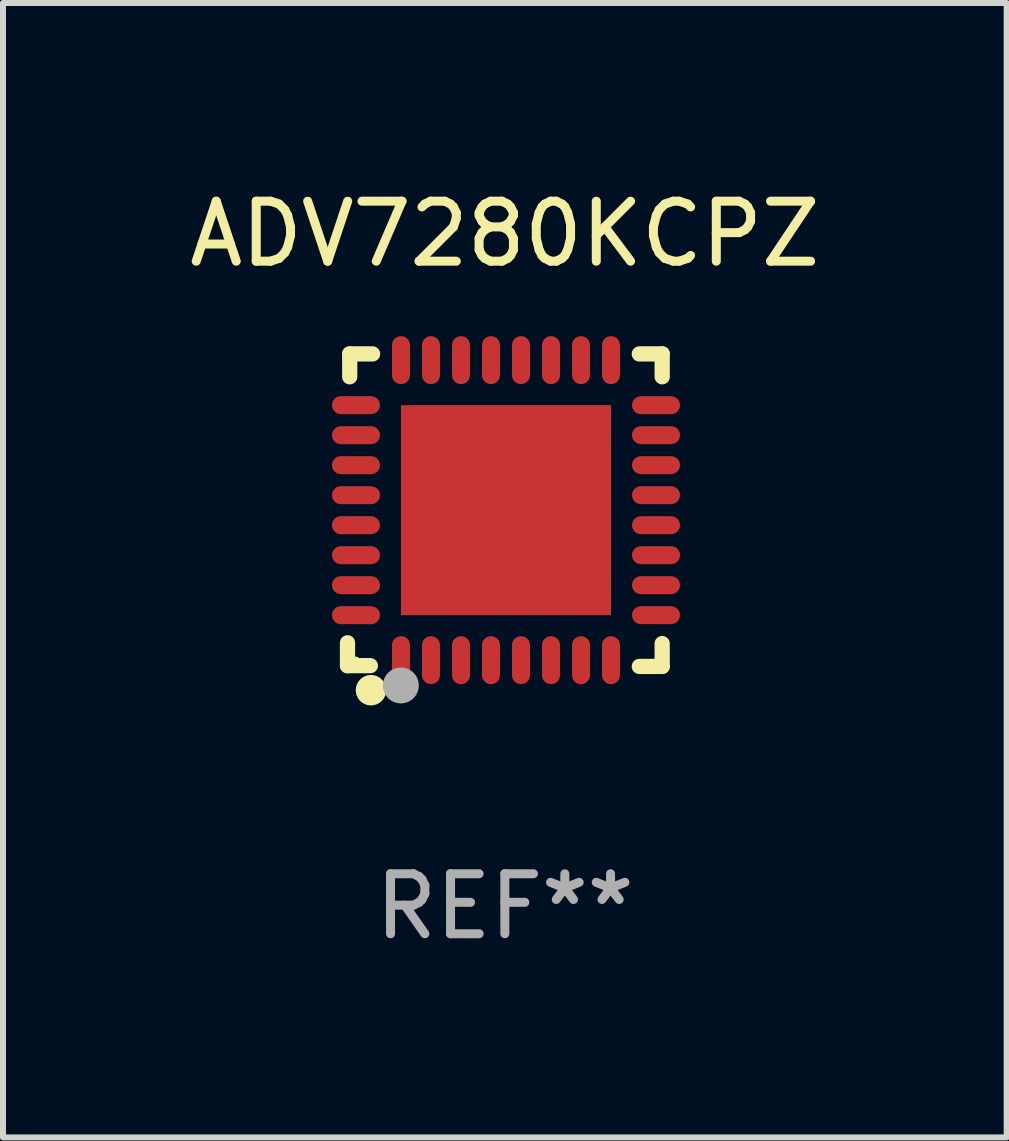
<source format=kicad_pcb>
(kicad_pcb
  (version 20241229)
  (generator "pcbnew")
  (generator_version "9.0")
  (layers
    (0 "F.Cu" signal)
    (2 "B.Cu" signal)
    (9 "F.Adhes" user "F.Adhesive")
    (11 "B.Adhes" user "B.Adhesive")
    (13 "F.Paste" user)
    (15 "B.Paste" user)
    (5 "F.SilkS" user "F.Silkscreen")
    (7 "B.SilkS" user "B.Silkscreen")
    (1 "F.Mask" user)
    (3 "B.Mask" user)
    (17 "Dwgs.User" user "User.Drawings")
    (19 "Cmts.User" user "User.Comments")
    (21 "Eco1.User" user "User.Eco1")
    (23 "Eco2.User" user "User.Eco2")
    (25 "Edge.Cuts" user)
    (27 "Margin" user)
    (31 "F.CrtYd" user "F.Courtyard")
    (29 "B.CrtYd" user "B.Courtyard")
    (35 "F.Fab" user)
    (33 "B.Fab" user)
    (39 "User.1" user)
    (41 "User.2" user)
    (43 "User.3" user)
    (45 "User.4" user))
  (footprint "ADV7280KCPZ"
    (layer "F.Cu")
    (at 5.363 5.452)
    (property "Reference" "ADV7280KCPZ" (at 0 -4.604 0) (layer "F.SilkS") (effects (font (size 1 1) (thickness 0.15))))
    (attr through_hole)
    (fp_line (start -2.622 2.21) (end -2.622 2.591) (stroke (width 0.254) (type solid)) (layer "F.SilkS"))
    (fp_line (start -2.622 2.591) (end -2.241 2.591) (stroke (width 0.254) (type solid)) (layer "F.SilkS"))
    (fp_line (start -2.585 -2.604) (end -2.585 -2.223) (stroke (width 0.254) (type solid)) (layer "F.SilkS"))
    (fp_line (start -2.204 -2.604) (end -2.585 -2.604) (stroke (width 0.254) (type solid)) (layer "F.SilkS"))
    (fp_line (start 2.241 2.604) (end 2.622 2.604) (stroke (width 0.254) (type solid)) (layer "F.SilkS"))
    (fp_line (start 2.622 -2.604) (end 2.241 -2.604) (stroke (width 0.254) (type solid)) (layer "F.SilkS"))
    (fp_line (start 2.622 -2.223) (end 2.622 -2.604) (stroke (width 0.254) (type solid)) (layer "F.SilkS"))
    (fp_line (start 2.622 2.604) (end 2.622 2.223) (stroke (width 0.254) (type solid)) (layer "F.SilkS"))
    (fp_circle (center -2.481 2.5) (end -2.451 2.5) (stroke (width 0.06) (type solid)) (fill no) (layer "F.SilkS"))
    (fp_circle (center -2.231 3) (end -2.104 3) (stroke (width 0.254) (type solid)) (fill no) (layer "F.SilkS"))
    (fp_circle (center -1.733 2.921) (end -1.583 2.921) (stroke (width 0.3) (type solid)) (fill no) (layer "F.Fab"))
    (fp_text user "REF**" (at 0 6.604 0) (layer "F.Fab") (effects (font (size 1 1) (thickness 0.15))))
    (pad "1" smd oval (at -1.731 2.5 90) (size 0.8 0.3) (layers "F.Cu" "F.Mask" "F.Paste"))
    (pad "2" smd oval (at -1.231 2.5 90) (size 0.8 0.3) (layers "F.Cu" "F.Mask" "F.Paste"))
    (pad "3" smd oval (at -0.731 2.5 90) (size 0.8 0.3) (layers "F.Cu" "F.Mask" "F.Paste"))
    (pad "4" smd oval (at -0.231 2.5 90) (size 0.8 0.3) (layers "F.Cu" "F.Mask" "F.Paste"))
    (pad "5" smd oval (at 0.269 2.5 90) (size 0.8 0.3) (layers "F.Cu" "F.Mask" "F.Paste"))
    (pad "6" smd oval (at 0.769 2.5 90) (size 0.8 0.3) (layers "F.Cu" "F.Mask" "F.Paste"))
    (pad "7" smd oval (at 1.269 2.5 90) (size 0.8 0.3) (layers "F.Cu" "F.Mask" "F.Paste"))
    (pad "8" smd oval (at 1.769 2.5 90) (size 0.8 0.3) (layers "F.Cu" "F.Mask" "F.Paste"))
    (pad "9" smd oval (at 2.519 1.75 180) (size 0.8 0.3) (layers "F.Cu" "F.Mask" "F.Paste"))
    (pad "10" smd oval (at 2.519 1.25 180) (size 0.8 0.3) (layers "F.Cu" "F.Mask" "F.Paste"))
    (pad "11" smd oval (at 2.519 0.75 180) (size 0.8 0.3) (layers "F.Cu" "F.Mask" "F.Paste"))
    (pad "12" smd oval (at 2.519 0.25 180) (size 0.8 0.3) (layers "F.Cu" "F.Mask" "F.Paste"))
    (pad "13" smd oval (at 2.519 -0.25 180) (size 0.8 0.3) (layers "F.Cu" "F.Mask" "F.Paste"))
    (pad "14" smd oval (at 2.519 -0.75 180) (size 0.8 0.3) (layers "F.Cu" "F.Mask" "F.Paste"))
    (pad "15" smd oval (at 2.519 -1.25 180) (size 0.8 0.3) (layers "F.Cu" "F.Mask" "F.Paste"))
    (pad "16" smd oval (at 2.519 -1.75 180) (size 0.8 0.3) (layers "F.Cu" "F.Mask" "F.Paste"))
    (pad "17" smd oval (at 1.769 -2.5 270) (size 0.8 0.3) (layers "F.Cu" "F.Mask" "F.Paste"))
    (pad "18" smd oval (at 1.269 -2.5 270) (size 0.8 0.3) (layers "F.Cu" "F.Mask" "F.Paste"))
    (pad "19" smd oval (at 0.769 -2.5 270) (size 0.8 0.3) (layers "F.Cu" "F.Mask" "F.Paste"))
    (pad "20" smd oval (at 0.269 -2.5 270) (size 0.8 0.3) (layers "F.Cu" "F.Mask" "F.Paste"))
    (pad "21" smd oval (at -0.231 -2.5 270) (size 0.8 0.3) (layers "F.Cu" "F.Mask" "F.Paste"))
    (pad "22" smd oval (at -0.731 -2.5 270) (size 0.8 0.3) (layers "F.Cu" "F.Mask" "F.Paste"))
    (pad "23" smd oval (at -1.231 -2.5 270) (size 0.8 0.3) (layers "F.Cu" "F.Mask" "F.Paste"))
    (pad "24" smd oval (at -1.731 -2.5 270) (size 0.8 0.3) (layers "F.Cu" "F.Mask" "F.Paste"))
    (pad "25" smd oval (at -2.481 -1.75) (size 0.8 0.3) (layers "F.Cu" "F.Mask" "F.Paste"))
    (pad "26" smd oval (at -2.481 -1.25) (size 0.8 0.3) (layers "F.Cu" "F.Mask" "F.Paste"))
    (pad "27" smd oval (at -2.481 -0.75) (size 0.8 0.3) (layers "F.Cu" "F.Mask" "F.Paste"))
    (pad "28" smd oval (at -2.481 -0.25) (size 0.8 0.3) (layers "F.Cu" "F.Mask" "F.Paste"))
    (pad "29" smd oval (at -2.481 0.25) (size 0.8 0.3) (layers "F.Cu" "F.Mask" "F.Paste"))
    (pad "30" smd oval (at -2.481 0.75) (size 0.8 0.3) (layers "F.Cu" "F.Mask" "F.Paste"))
    (pad "31" smd oval (at -2.481 1.25) (size 0.8 0.3) (layers "F.Cu" "F.Mask" "F.Paste"))
    (pad "32" smd oval (at -2.481 1.75) (size 0.8 0.3) (layers "F.Cu" "F.Mask" "F.Paste"))
    (pad "33" smd rect (at 0.019 -0.000025 90) (size 3.5 3.5) (layers "F.Cu" "F.Mask" "F.Paste")))
  (gr_rect
    (start -3 -3)
    (end 13.726 15.904)
    (stroke (width 0.1) (type default))
    (fill no)
    (layer "Edge.Cuts")))
</source>
